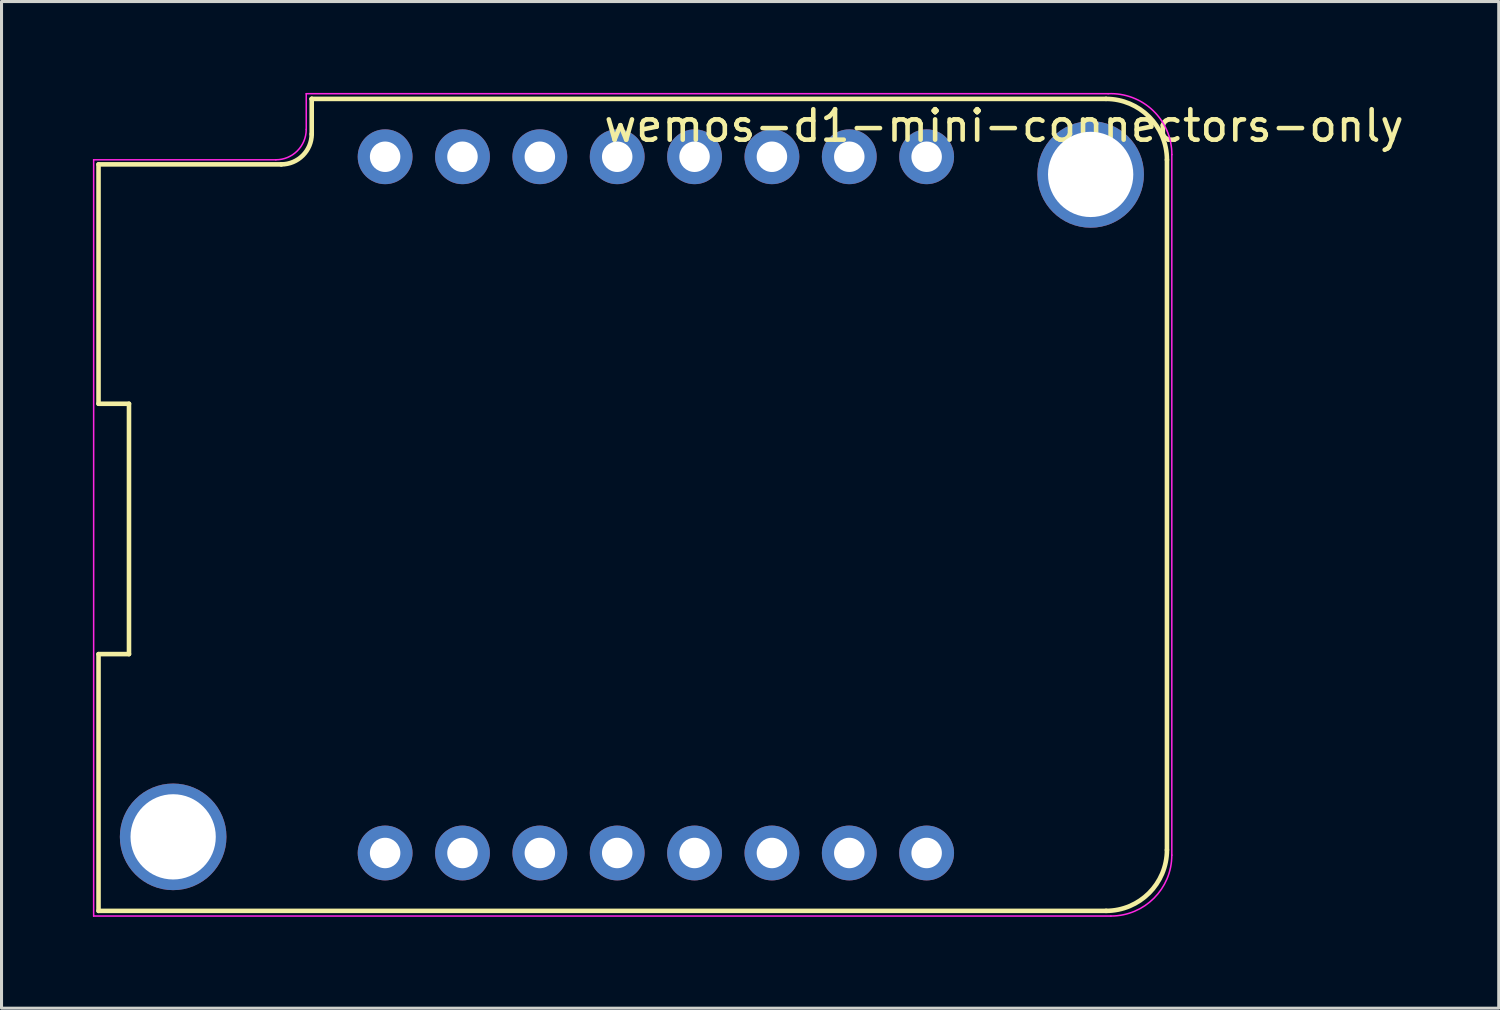
<source format=kicad_pcb>
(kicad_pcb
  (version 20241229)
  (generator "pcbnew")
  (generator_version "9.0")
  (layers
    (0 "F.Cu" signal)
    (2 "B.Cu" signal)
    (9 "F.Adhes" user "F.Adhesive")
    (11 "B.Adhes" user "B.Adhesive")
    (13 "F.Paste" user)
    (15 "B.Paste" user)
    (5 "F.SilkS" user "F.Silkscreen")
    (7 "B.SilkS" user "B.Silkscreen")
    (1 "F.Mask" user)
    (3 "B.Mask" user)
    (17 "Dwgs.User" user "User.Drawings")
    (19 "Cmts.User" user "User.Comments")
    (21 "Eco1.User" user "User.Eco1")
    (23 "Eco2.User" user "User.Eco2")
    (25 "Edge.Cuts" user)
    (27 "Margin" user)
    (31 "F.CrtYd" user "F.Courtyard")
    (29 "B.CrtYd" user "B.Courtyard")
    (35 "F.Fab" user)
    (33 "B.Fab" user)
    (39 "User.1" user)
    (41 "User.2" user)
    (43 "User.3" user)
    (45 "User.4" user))
  (footprint "wemos-d1-mini-connectors-only"
    (layer "F.Cu")
    (at 18.485 13.527)
    (property "Reference" "wemos-d1-mini-connectors-only" (at 11.43 -12.446 180) (layer "F.SilkS") (effects (font (size 1 1) (thickness 0.15))))
    (attr through_hole)
    (fp_line (start -18.3 -11.18) (end -18.3 -3.32) (stroke (width 0.15) (type solid)) (layer "F.SilkS"))
    (fp_line (start -18.3 -11.18) (end -12.3 -11.18) (stroke (width 0.15) (type solid)) (layer "F.SilkS"))
    (fp_line (start -18.3 -3.32) (end -17.3 -3.32) (stroke (width 0.15) (type solid)) (layer "F.SilkS"))
    (fp_line (start -18.3 4.9) (end -18.3 13.33) (stroke (width 0.15) (type solid)) (layer "F.SilkS"))
    (fp_line (start -18.3 13.33) (end 14.78 13.33) (stroke (width 0.15) (type solid)) (layer "F.SilkS"))
    (fp_line (start -17.3 -3.32) (end -17.3 4.9) (stroke (width 0.15) (type solid)) (layer "F.SilkS"))
    (fp_line (start -17.3 4.9) (end -18.3 4.9) (stroke (width 0.15) (type solid)) (layer "F.SilkS"))
    (fp_line (start -11.3 -13.33) (end -11.3 -13.33) (stroke (width 0.15) (type solid)) (layer "F.SilkS"))
    (fp_line (start -11.3 -12.17) (end -11.3 -13.33) (stroke (width 0.15) (type solid)) (layer "F.SilkS"))
    (fp_line (start 14.78 -13.33) (end -11.3 -13.33) (stroke (width 0.15) (type solid)) (layer "F.SilkS"))
    (fp_line (start 16.78 11.33) (end 16.78 -11.33) (stroke (width 0.15) (type solid)) (layer "F.SilkS"))
    (fp_arc (start -11.3 -12.18) (mid -11.592893 -11.472893) (end -12.3 -11.18) (stroke (width 0.15) (type solid)) (layer "F.SilkS"))
    (fp_arc (start 14.78 -13.33) (mid 16.194214 -12.744214) (end 16.78 -11.33) (stroke (width 0.15) (type solid)) (layer "F.SilkS"))
    (fp_arc (start 16.78 11.33) (mid 16.194214 12.744214) (end 14.78 13.33) (stroke (width 0.15) (type solid)) (layer "F.SilkS"))
    (fp_line (start -18.46 -11.33) (end -12.48 -11.33) (stroke (width 0.05) (type solid)) (layer "F.CrtYd"))
    (fp_line (start -18.46 13.5) (end -18.46 -11.33) (stroke (width 0.05) (type solid)) (layer "F.CrtYd"))
    (fp_line (start -11.48 -13.5) (end -11.48 -12.33) (stroke (width 0.05) (type solid)) (layer "F.CrtYd"))
    (fp_line (start -11.48 -13.5) (end 14.85 -13.5) (stroke (width 0.05) (type solid)) (layer "F.CrtYd"))
    (fp_line (start 14.94 13.5) (end -18.46 13.5) (stroke (width 0.05) (type solid)) (layer "F.CrtYd"))
    (fp_line (start 16.94 -11.5) (end 16.94 11.5) (stroke (width 0.05) (type solid)) (layer "F.CrtYd"))
    (fp_arc (start -11.48 -12.33) (mid -11.772893 -11.622893) (end -12.48 -11.33) (stroke (width 0.05) (type solid)) (layer "F.CrtYd"))
    (fp_arc (start 14.85 -13.5) (mid 16.323459 -12.947115) (end 16.942024 -11.5) (stroke (width 0.05) (type solid)) (layer "F.CrtYd"))
    (fp_arc (start 16.94 11.5) (mid 16.354214 12.914214) (end 14.94 13.5) (stroke (width 0.05) (type solid)) (layer "F.CrtYd"))
    (pad "1" thru_hole circle (at 8.89 -11.43) (size 1.8 1.8) (drill 1) (layers "*.Cu" "*.Mask"))
    (pad "2" thru_hole circle (at 6.35 -11.43) (size 1.8 1.8) (drill 1) (layers "*.Cu" "*.Mask"))
    (pad "3" thru_hole circle (at 3.81 -11.43) (size 1.8 1.8) (drill 1) (layers "*.Cu" "*.Mask"))
    (pad "4" thru_hole circle (at 1.27 -11.43) (size 1.8 1.8) (drill 1) (layers "*.Cu" "*.Mask"))
    (pad "5" thru_hole circle (at -1.27 -11.43) (size 1.8 1.8) (drill 1) (layers "*.Cu" "*.Mask"))
    (pad "6" thru_hole circle (at -3.81 -11.43) (size 1.8 1.8) (drill 1) (layers "*.Cu" "*.Mask"))
    (pad "7" thru_hole circle (at -6.35 -11.43) (size 1.8 1.8) (drill 1) (layers "*.Cu" "*.Mask"))
    (pad "8" thru_hole circle (at -8.89 -11.43) (size 1.8 1.8) (drill 1) (layers "*.Cu" "*.Mask"))
    (pad "9" thru_hole circle (at -8.89 11.43) (size 1.8 1.8) (drill 1) (layers "*.Cu" "*.Mask"))
    (pad "10" thru_hole circle (at -6.35 11.43) (size 1.8 1.8) (drill 1) (layers "*.Cu" "*.Mask"))
    (pad "11" thru_hole circle (at -3.81 11.43) (size 1.8 1.8) (drill 1) (layers "*.Cu" "*.Mask"))
    (pad "12" thru_hole circle (at -1.27 11.43) (size 1.8 1.8) (drill 1) (layers "*.Cu" "*.Mask"))
    (pad "13" thru_hole circle (at 1.27 11.43) (size 1.8 1.8) (drill 1) (layers "*.Cu" "*.Mask"))
    (pad "14" thru_hole circle (at 3.81 11.43) (size 1.8 1.8) (drill 1) (layers "*.Cu" "*.Mask"))
    (pad "15" thru_hole circle (at 6.35 11.43) (size 1.8 1.8) (drill 1) (layers "*.Cu" "*.Mask"))
    (pad "16" thru_hole circle (at 8.89 11.43) (size 1.8 1.8) (drill 1) (layers "*.Cu" "*.Mask"))
    (pad "17" thru_hole circle (at -15.85 10.9) (size 3.5 3.5) (drill 2.8) (layers "*.Cu" "*.Mask"))
    (pad "18" thru_hole circle (at 14.275 -10.85) (size 3.5 3.5) (drill 2.8) (layers "*.Cu" "*.Mask")))
  (gr_rect
    (start -3 -3)
    (end 46.159 30.052)
    (stroke (width 0.1) (type default))
    (fill no)
    (layer "Edge.Cuts")))
</source>
